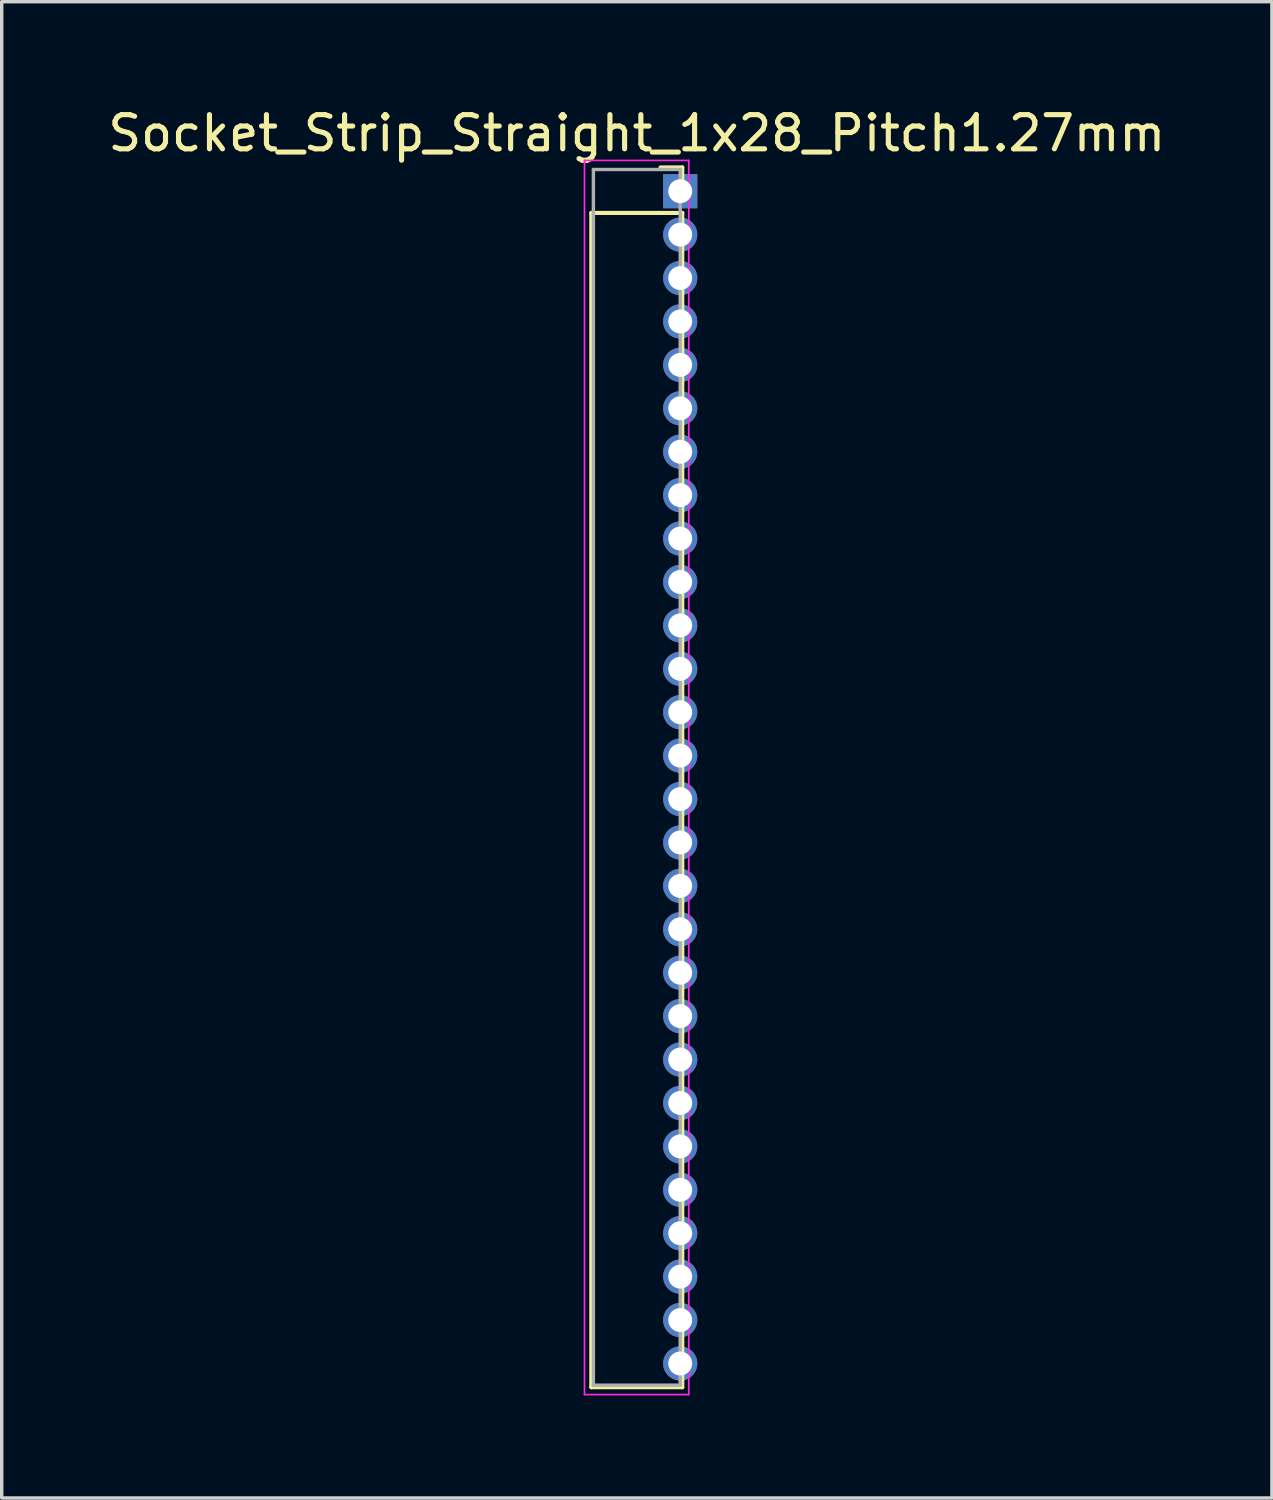
<source format=kicad_pcb>
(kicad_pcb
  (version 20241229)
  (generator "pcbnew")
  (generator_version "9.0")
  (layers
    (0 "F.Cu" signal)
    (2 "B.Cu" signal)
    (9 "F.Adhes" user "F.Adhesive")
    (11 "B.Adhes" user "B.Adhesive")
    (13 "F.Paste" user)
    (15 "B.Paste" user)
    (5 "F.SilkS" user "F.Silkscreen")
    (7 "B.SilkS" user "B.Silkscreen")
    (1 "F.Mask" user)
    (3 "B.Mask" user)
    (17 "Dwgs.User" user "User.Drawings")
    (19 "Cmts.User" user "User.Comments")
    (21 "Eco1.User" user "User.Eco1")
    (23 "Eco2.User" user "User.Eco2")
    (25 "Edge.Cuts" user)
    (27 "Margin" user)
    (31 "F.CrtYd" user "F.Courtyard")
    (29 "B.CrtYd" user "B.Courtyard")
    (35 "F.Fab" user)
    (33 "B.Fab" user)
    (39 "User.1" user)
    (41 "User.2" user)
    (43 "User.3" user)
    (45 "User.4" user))
  (footprint "Socket_Strip_Straight_1x28_Pitch1.27mm"
    (layer "F.Cu")
    (at 16.847 2.543)
    (property "Reference" "Socket_Strip_Straight_1x28_Pitch1.27mm" (at -1.27 -1.695 0) (layer "F.SilkS") (effects (font (size 1 1) (thickness 0.15))))
    (attr through_hole)
    (fp_line (start -2.6 0.635) (end -2.6 34.985) (stroke (width 0.12) (type solid)) (layer "F.SilkS"))
    (fp_line (start -2.6 34.985) (end 0.06 34.985) (stroke (width 0.12) (type solid)) (layer "F.SilkS"))
    (fp_line (start 0.06 -0.695) (end -0.575 -0.695) (stroke (width 0.12) (type solid)) (layer "F.SilkS"))
    (fp_line (start 0.06 0) (end 0.06 -0.695) (stroke (width 0.12) (type solid)) (layer "F.SilkS"))
    (fp_line (start 0.06 0.635) (end -2.6 0.635) (stroke (width 0.12) (type solid)) (layer "F.SilkS"))
    (fp_line (start 0.06 34.985) (end 0.06 0.635) (stroke (width 0.12) (type solid)) (layer "F.SilkS"))
    (fp_line (start -2.8 -0.9) (end -2.8 35.2) (stroke (width 0.05) (type solid)) (layer "F.CrtYd"))
    (fp_line (start -2.8 35.2) (end 0.25 35.2) (stroke (width 0.05) (type solid)) (layer "F.CrtYd"))
    (fp_line (start 0.25 -0.9) (end -2.8 -0.9) (stroke (width 0.05) (type solid)) (layer "F.CrtYd"))
    (fp_line (start 0.25 35.2) (end 0.25 -0.9) (stroke (width 0.05) (type solid)) (layer "F.CrtYd"))
    (fp_line (start -2.54 -0.635) (end -2.54 34.925) (stroke (width 0.1) (type solid)) (layer "F.Fab"))
    (fp_line (start -2.54 34.925) (end 0 34.925) (stroke (width 0.1) (type solid)) (layer "F.Fab"))
    (fp_line (start 0 -0.635) (end -2.54 -0.635) (stroke (width 0.1) (type solid)) (layer "F.Fab"))
    (fp_line (start 0 34.925) (end 0 -0.635) (stroke (width 0.1) (type solid)) (layer "F.Fab"))
    (pad "1" thru_hole rect (at 0 0) (size 1 1) (drill 0.7) (layers "*.Cu" "*.Mask"))
    (pad "2" thru_hole oval (at 0 1.27) (size 1 1) (drill 0.7) (layers "*.Cu" "*.Mask"))
    (pad "3" thru_hole oval (at 0 2.54) (size 1 1) (drill 0.7) (layers "*.Cu" "*.Mask"))
    (pad "4" thru_hole oval (at 0 3.81) (size 1 1) (drill 0.7) (layers "*.Cu" "*.Mask"))
    (pad "5" thru_hole oval (at 0 5.08) (size 1 1) (drill 0.7) (layers "*.Cu" "*.Mask"))
    (pad "6" thru_hole oval (at 0 6.35) (size 1 1) (drill 0.7) (layers "*.Cu" "*.Mask"))
    (pad "7" thru_hole oval (at 0 7.62) (size 1 1) (drill 0.7) (layers "*.Cu" "*.Mask"))
    (pad "8" thru_hole oval (at 0 8.89) (size 1 1) (drill 0.7) (layers "*.Cu" "*.Mask"))
    (pad "9" thru_hole oval (at 0 10.16) (size 1 1) (drill 0.7) (layers "*.Cu" "*.Mask"))
    (pad "10" thru_hole oval (at 0 11.43) (size 1 1) (drill 0.7) (layers "*.Cu" "*.Mask"))
    (pad "11" thru_hole oval (at 0 12.7) (size 1 1) (drill 0.7) (layers "*.Cu" "*.Mask"))
    (pad "12" thru_hole oval (at 0 13.97) (size 1 1) (drill 0.7) (layers "*.Cu" "*.Mask"))
    (pad "13" thru_hole oval (at 0 15.24) (size 1 1) (drill 0.7) (layers "*.Cu" "*.Mask"))
    (pad "14" thru_hole oval (at 0 16.51) (size 1 1) (drill 0.7) (layers "*.Cu" "*.Mask"))
    (pad "15" thru_hole oval (at 0 17.78) (size 1 1) (drill 0.7) (layers "*.Cu" "*.Mask"))
    (pad "16" thru_hole oval (at 0 19.05) (size 1 1) (drill 0.7) (layers "*.Cu" "*.Mask"))
    (pad "17" thru_hole oval (at 0 20.32) (size 1 1) (drill 0.7) (layers "*.Cu" "*.Mask"))
    (pad "18" thru_hole oval (at 0 21.59) (size 1 1) (drill 0.7) (layers "*.Cu" "*.Mask"))
    (pad "19" thru_hole oval (at 0 22.86) (size 1 1) (drill 0.7) (layers "*.Cu" "*.Mask"))
    (pad "20" thru_hole oval (at 0 24.13) (size 1 1) (drill 0.7) (layers "*.Cu" "*.Mask"))
    (pad "21" thru_hole oval (at 0 25.4) (size 1 1) (drill 0.7) (layers "*.Cu" "*.Mask"))
    (pad "22" thru_hole oval (at 0 26.67) (size 1 1) (drill 0.7) (layers "*.Cu" "*.Mask"))
    (pad "23" thru_hole oval (at 0 27.94) (size 1 1) (drill 0.7) (layers "*.Cu" "*.Mask"))
    (pad "24" thru_hole oval (at 0 29.21) (size 1 1) (drill 0.7) (layers "*.Cu" "*.Mask"))
    (pad "25" thru_hole oval (at 0 30.48) (size 1 1) (drill 0.7) (layers "*.Cu" "*.Mask"))
    (pad "26" thru_hole oval (at 0 31.75) (size 1 1) (drill 0.7) (layers "*.Cu" "*.Mask"))
    (pad "27" thru_hole oval (at 0 33.02) (size 1 1) (drill 0.7) (layers "*.Cu" "*.Mask"))
    (pad "28" thru_hole oval (at 0 34.29) (size 1 1) (drill 0.7) (layers "*.Cu" "*.Mask")))
  (gr_rect
    (start -3 -3)
    (end 34.155 40.768)
    (stroke (width 0.1) (type default))
    (fill no)
    (layer "Edge.Cuts")))
</source>
